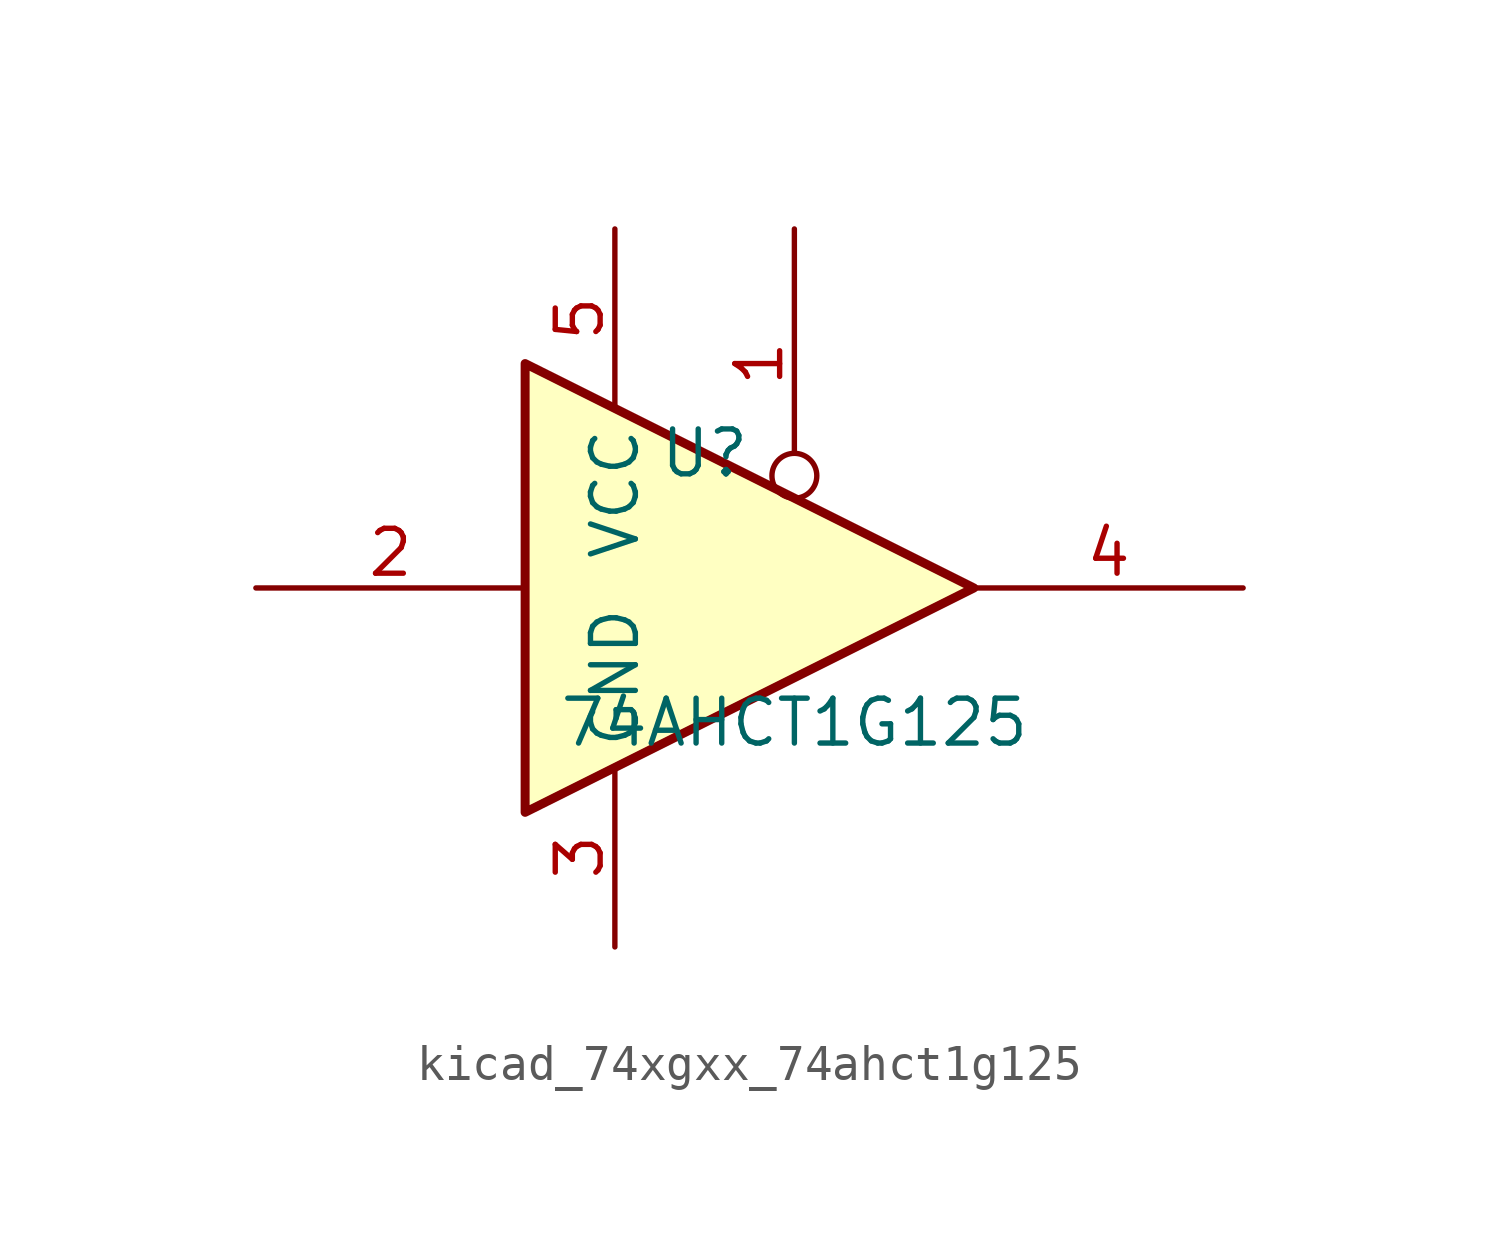
<source format=kicad_sym>
(kicad_symbol_lib
  (version 20220914)
  (generator kicad_symbol_editor)
  (symbol "kicad_74xgxx_74ahct1g125"
    (property "Reference" "U"
      (at -2.54 3.81 0)
      (effects (font (size 1.27 1.27))))
    (property "Value" "74AHCT1G125"
      (at 0 -3.81 0)
      (effects (font (size 1.27 1.27))))
    (symbol "kicad_74xgxx_74ahct1g125_0_1"
      (polyline (pts (xy -7.62 6.35) (xy -7.62 -6.35) (xy 5.08 0) (xy -7.62 6.35)) (stroke (width 0.254) (type default)) (fill (type background))))
    (symbol "kicad_74xgxx_74ahct1g125_1_1"
      (pin input inverted (at 0 10.16 270) (length 7.62) (name "~" (effects (font (size 1.27 1.27)))) (number "1" (effects (font (size 1.27 1.27)))))
      (pin input line (at -15.24 0 0) (length 7.62) (name "~" (effects (font (size 1.27 1.27)))) (number "2" (effects (font (size 1.27 1.27)))))
      (pin power_in line (at -5.08 -10.16 90) (length 5.08) (name "GND" (effects (font (size 1.27 1.27)))) (number "3" (effects (font (size 1.27 1.27)))))
      (pin tri_state line (at 12.7 0 180) (length 7.62) (name "~" (effects (font (size 1.27 1.27)))) (number "4" (effects (font (size 1.27 1.27)))))
      (pin power_in line (at -5.08 10.16 270) (length 5.08) (name "VCC" (effects (font (size 1.27 1.27)))) (number "5" (effects (font (size 1.27 1.27))))))))
</source>
